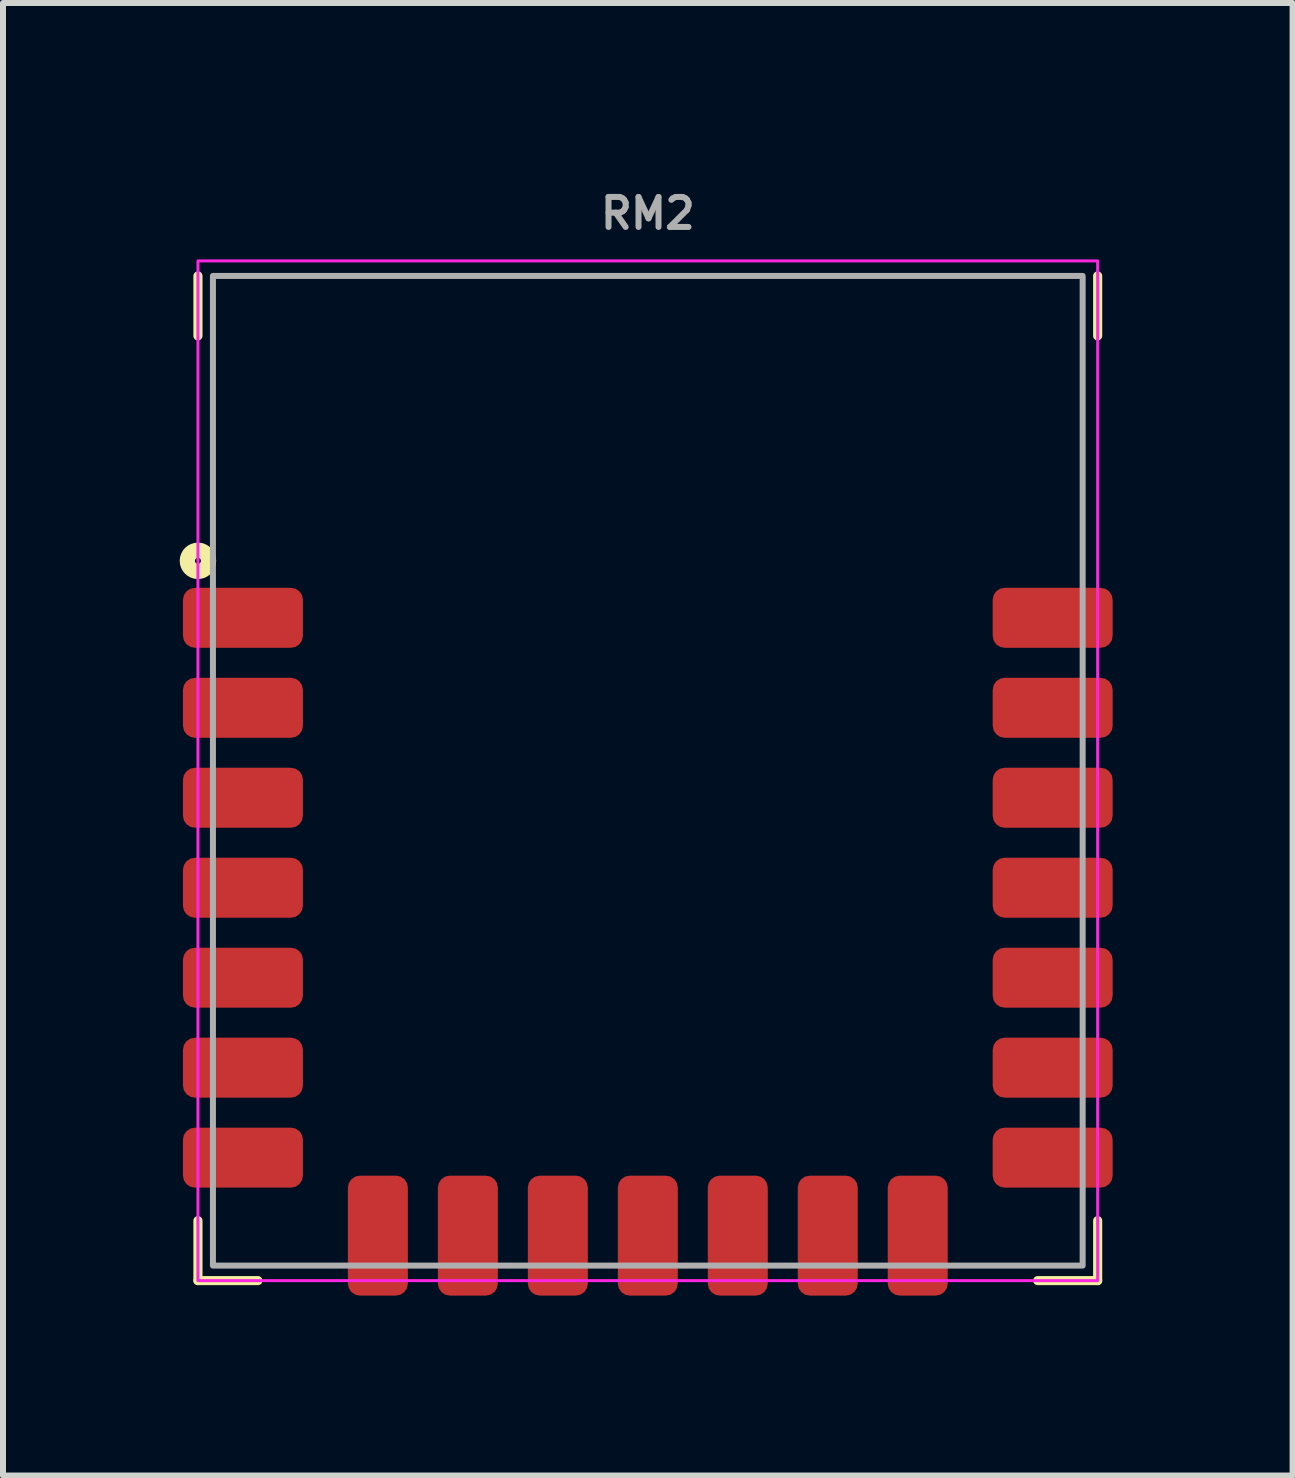
<source format=kicad_pcb>
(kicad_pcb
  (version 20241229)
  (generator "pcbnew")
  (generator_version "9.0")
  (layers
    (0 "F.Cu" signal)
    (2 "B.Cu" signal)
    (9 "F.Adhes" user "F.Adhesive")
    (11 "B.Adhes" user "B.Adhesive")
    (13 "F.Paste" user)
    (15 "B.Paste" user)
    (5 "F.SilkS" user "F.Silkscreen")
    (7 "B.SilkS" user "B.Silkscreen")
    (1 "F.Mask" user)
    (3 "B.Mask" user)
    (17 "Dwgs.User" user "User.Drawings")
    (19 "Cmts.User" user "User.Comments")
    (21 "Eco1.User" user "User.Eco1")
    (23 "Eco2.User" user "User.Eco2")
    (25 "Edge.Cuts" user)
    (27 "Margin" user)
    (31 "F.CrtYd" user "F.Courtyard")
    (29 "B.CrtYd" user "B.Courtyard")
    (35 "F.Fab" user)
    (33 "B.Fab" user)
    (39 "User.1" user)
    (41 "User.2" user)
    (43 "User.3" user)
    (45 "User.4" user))
  (footprint "RM2"
    (layer "F.Cu")
    (at 7.75 9.8)
    (property "Reference" "RM2" (at 0 -9 180) (layer "F.Fab") (effects (font (size 0.5 0.5) (thickness 0.1) (bold yes)) (justify bottom)))
    (fp_line (start -7.5 -8.25) (end -7.5 -7.25) (stroke (width 0.152) (type solid)) (layer "F.SilkS"))
    (fp_line (start -7.5 8.5) (end -7.5 7.5) (stroke (width 0.152) (type solid)) (layer "F.SilkS"))
    (fp_line (start -6.5 8.5) (end -7.5 8.5) (stroke (width 0.152) (type solid)) (layer "F.SilkS"))
    (fp_line (start 6.5 8.5) (end 7.5 8.5) (stroke (width 0.152) (type solid)) (layer "F.SilkS"))
    (fp_line (start 7.5 -7.25) (end 7.5 -8.25) (stroke (width 0.152) (type solid)) (layer "F.SilkS"))
    (fp_line (start 7.5 7.5) (end 7.5 8.5) (stroke (width 0.152) (type solid)) (layer "F.SilkS"))
    (fp_circle (center -7.5 -3.5) (end -7.45 -3.5) (stroke (width 0.254) (type solid)) (fill no) (layer "F.SilkS"))
    (fp_rect (start 7.5 -8.5) (end -7.5 8.5) (stroke (width 0.05) (type default)) (fill no) (layer "F.CrtYd"))
    (fp_rect (start -7.25 -8.25) (end 7.25 8.25) (stroke (width 0.1) (type default)) (fill no) (layer "F.Fab"))
    (pad "A1" smd roundrect (at -6.75 -2.55 90) (size 1 2) (layers "F.Cu" "F.Mask" "F.Paste") (roundrect_rratio 0.2))
    (pad "A2" smd roundrect (at -6.75 -1.05 90) (size 1 2) (layers "F.Cu" "F.Mask" "F.Paste") (roundrect_rratio 0.2))
    (pad "A3" smd roundrect (at -6.75 0.45 90) (size 1 2) (layers "F.Cu" "F.Mask" "F.Paste") (roundrect_rratio 0.2))
    (pad "A4" smd roundrect (at -6.75 1.95 90) (size 1 2) (layers "F.Cu" "F.Mask" "F.Paste") (roundrect_rratio 0.2))
    (pad "A5" smd roundrect (at -6.75 3.45 90) (size 1 2) (layers "F.Cu" "F.Mask" "F.Paste") (roundrect_rratio 0.2))
    (pad "A6" smd roundrect (at -6.75 4.95 90) (size 1 2) (layers "F.Cu" "F.Mask" "F.Paste") (roundrect_rratio 0.2))
    (pad "A7" smd roundrect (at -6.75 6.45 90) (size 1 2) (layers "F.Cu" "F.Mask" "F.Paste") (roundrect_rratio 0.2))
    (pad "B1" smd roundrect (at -4.5 7.75) (size 1 2) (layers "F.Cu" "F.Mask" "F.Paste") (roundrect_rratio 0.2))
    (pad "B2" smd roundrect (at -3 7.75) (size 1 2) (layers "F.Cu" "F.Mask" "F.Paste") (roundrect_rratio 0.2))
    (pad "B3" smd roundrect (at -1.5 7.75) (size 1 2) (layers "F.Cu" "F.Mask" "F.Paste") (roundrect_rratio 0.2))
    (pad "B4" smd roundrect (at 0 7.75) (size 1 2) (layers "F.Cu" "F.Mask" "F.Paste") (roundrect_rratio 0.2))
    (pad "B5" smd roundrect (at 1.5 7.75) (size 1 2) (layers "F.Cu" "F.Mask" "F.Paste") (roundrect_rratio 0.2))
    (pad "B6" smd roundrect (at 3 7.75) (size 1 2) (layers "F.Cu" "F.Mask" "F.Paste") (roundrect_rratio 0.2))
    (pad "B7" smd roundrect (at 4.5 7.75) (size 1 2) (layers "F.Cu" "F.Mask" "F.Paste") (roundrect_rratio 0.2))
    (pad "C1" smd roundrect (at 6.75 6.45 90) (size 1 2) (layers "F.Cu" "F.Mask" "F.Paste") (roundrect_rratio 0.2))
    (pad "C2" smd roundrect (at 6.75 4.95 90) (size 1 2) (layers "F.Cu" "F.Mask" "F.Paste") (roundrect_rratio 0.2))
    (pad "C3" smd roundrect (at 6.75 3.45 90) (size 1 2) (layers "F.Cu" "F.Mask" "F.Paste") (roundrect_rratio 0.2))
    (pad "C4" smd roundrect (at 6.75 1.95 90) (size 1 2) (layers "F.Cu" "F.Mask" "F.Paste") (roundrect_rratio 0.2))
    (pad "C5" smd roundrect (at 6.75 0.45 90) (size 1 2) (layers "F.Cu" "F.Mask" "F.Paste") (roundrect_rratio 0.2))
    (pad "C6" smd roundrect (at 6.75 -1.05 90) (size 1 2) (layers "F.Cu" "F.Mask" "F.Paste") (roundrect_rratio 0.2))
    (pad "C7" smd roundrect (at 6.75 -2.55 90) (size 1 2) (layers "F.Cu" "F.Mask" "F.Paste") (roundrect_rratio 0.2)))
  (gr_rect
    (start -3 -3)
    (end 18.5 21.55)
    (stroke (width 0.1) (type default))
    (fill no)
    (layer "Edge.Cuts")))
</source>
